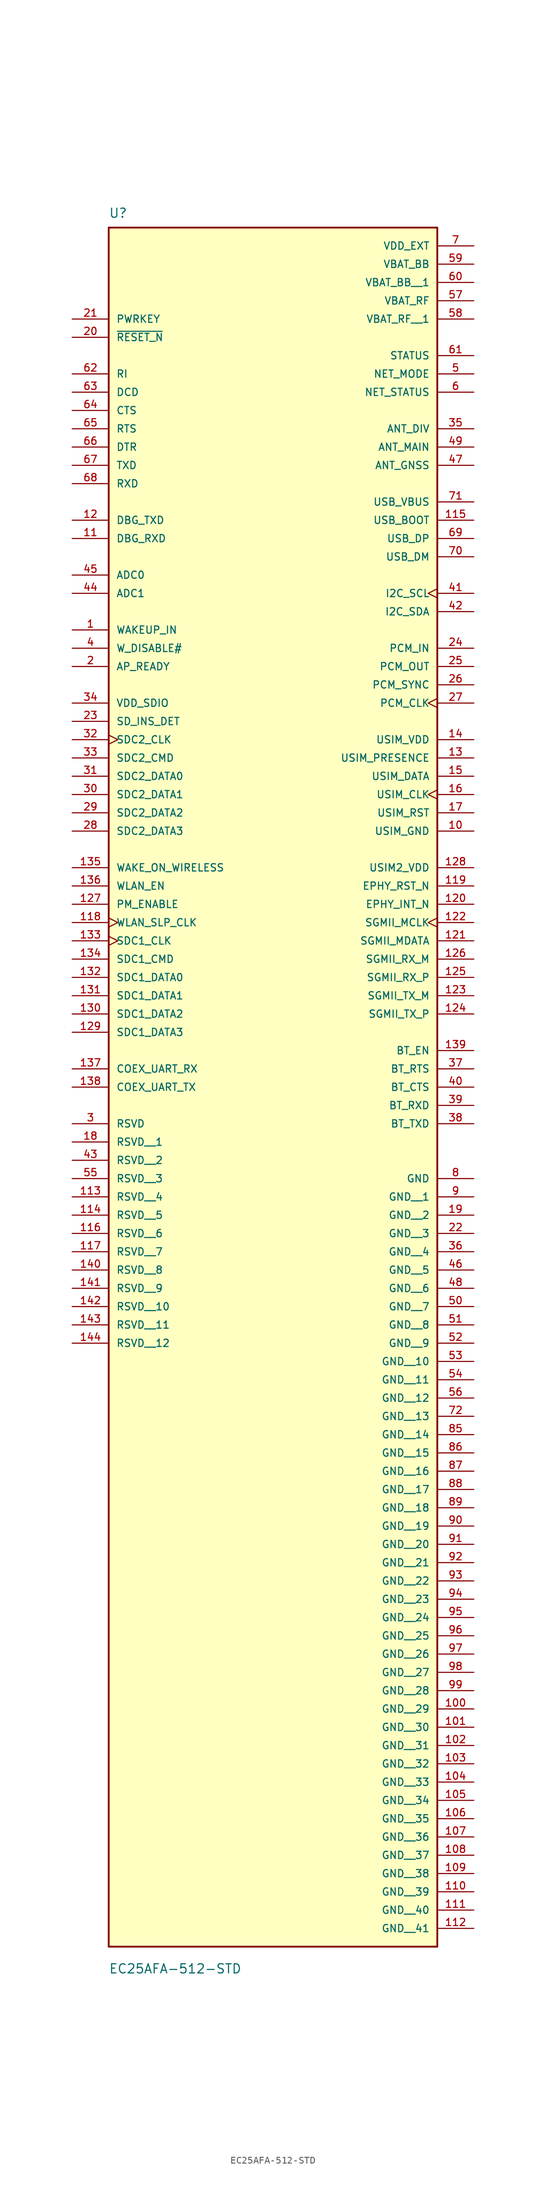
<source format=kicad_sym>
(kicad_symbol_lib
  (version 20211014)
  (generator kicad_symbol_editor)
  (symbol "EC25AFA-512-STD"
    (pin_names
      (offset 1.016))
    (property "Reference" "U"
      (at -22.86 64.77 0)
      (effects (font (size 1.27 1.27)) (justify bottom left)))
    (property "Value" "EC25AFA-512-STD"
      (at -22.86 -179.07 0)
      (effects (font (size 1.27 1.27)) (justify bottom left)))
    (symbol "EC25AFA-512-STD_0_0"
      (rectangle (start -22.86 -175.26) (end 22.86 63.5) (stroke (width 0.254)) (fill (type background)))
      (pin input line (at -27.94 50.8 0) (length 5.08) (name "PWRKEY" (effects (font (size 1.016 1.016)))) (number "21" (effects (font (size 1.016 1.016)))))
      (pin input line (at -27.94 48.26 0) (length 5.08) (name "~{RESET_N}" (effects (font (size 1.016 1.016)))) (number "20" (effects (font (size 1.016 1.016)))))
      (pin output line (at 27.94 45.72 180.0) (length 5.08) (name "STATUS" (effects (font (size 1.016 1.016)))) (number "61" (effects (font (size 1.016 1.016)))))
      (pin output line (at 27.94 43.18 180.0) (length 5.08) (name "NET_MODE" (effects (font (size 1.016 1.016)))) (number "5" (effects (font (size 1.016 1.016)))))
      (pin output line (at 27.94 40.64 180.0) (length 5.08) (name "NET_STATUS" (effects (font (size 1.016 1.016)))) (number "6" (effects (font (size 1.016 1.016)))))
      (pin input line (at 27.94 22.86 180.0) (length 5.08) (name "USB_BOOT" (effects (font (size 1.016 1.016)))) (number "115" (effects (font (size 1.016 1.016)))))
      (pin input line (at 27.94 25.4 180.0) (length 5.08) (name "USB_VBUS" (effects (font (size 1.016 1.016)))) (number "71" (effects (font (size 1.016 1.016)))))
      (pin bidirectional line (at 27.94 20.32 180.0) (length 5.08) (name "USB_DP" (effects (font (size 1.016 1.016)))) (number "69" (effects (font (size 1.016 1.016)))))
      (pin bidirectional line (at 27.94 17.78 180.0) (length 5.08) (name "USB_DM" (effects (font (size 1.016 1.016)))) (number "70" (effects (font (size 1.016 1.016)))))
      (pin power_in line (at 27.94 -7.62 180.0) (length 5.08) (name "USIM_VDD" (effects (font (size 1.016 1.016)))) (number "14" (effects (font (size 1.016 1.016)))))
      (pin input line (at 27.94 -10.16 180.0) (length 5.08) (name "USIM_PRESENCE" (effects (font (size 1.016 1.016)))) (number "13" (effects (font (size 1.016 1.016)))))
      (pin bidirectional line (at 27.94 -12.7 180.0) (length 5.08) (name "USIM_DATA" (effects (font (size 1.016 1.016)))) (number "15" (effects (font (size 1.016 1.016)))))
      (pin output clock (at 27.94 -15.24 180.0) (length 5.08) (name "USIM_CLK" (effects (font (size 1.016 1.016)))) (number "16" (effects (font (size 1.016 1.016)))))
      (pin output line (at 27.94 -17.78 180.0) (length 5.08) (name "USIM_RST" (effects (font (size 1.016 1.016)))) (number "17" (effects (font (size 1.016 1.016)))))
      (pin power_in line (at 27.94 -20.32 180.0) (length 5.08) (name "USIM_GND" (effects (font (size 1.016 1.016)))) (number "10" (effects (font (size 1.016 1.016)))))
      (pin output line (at -27.94 43.18 0) (length 5.08) (name "RI" (effects (font (size 1.016 1.016)))) (number "62" (effects (font (size 1.016 1.016)))))
      (pin output line (at -27.94 40.64 0) (length 5.08) (name "DCD" (effects (font (size 1.016 1.016)))) (number "63" (effects (font (size 1.016 1.016)))))
      (pin output line (at -27.94 38.1 0) (length 5.08) (name "CTS" (effects (font (size 1.016 1.016)))) (number "64" (effects (font (size 1.016 1.016)))))
      (pin input line (at -27.94 35.56 0) (length 5.08) (name "RTS" (effects (font (size 1.016 1.016)))) (number "65" (effects (font (size 1.016 1.016)))))
      (pin input line (at -27.94 33.02 0) (length 5.08) (name "DTR" (effects (font (size 1.016 1.016)))) (number "66" (effects (font (size 1.016 1.016)))))
      (pin output line (at -27.94 30.48 0) (length 5.08) (name "TXD" (effects (font (size 1.016 1.016)))) (number "67" (effects (font (size 1.016 1.016)))))
      (pin input line (at -27.94 27.94 0) (length 5.08) (name "RXD" (effects (font (size 1.016 1.016)))) (number "68" (effects (font (size 1.016 1.016)))))
      (pin output line (at -27.94 22.86 0) (length 5.08) (name "DBG_TXD" (effects (font (size 1.016 1.016)))) (number "12" (effects (font (size 1.016 1.016)))))
      (pin input line (at -27.94 20.32 0) (length 5.08) (name "DBG_RXD" (effects (font (size 1.016 1.016)))) (number "11" (effects (font (size 1.016 1.016)))))
      (pin input line (at -27.94 15.24 0) (length 5.08) (name "ADC0" (effects (font (size 1.016 1.016)))) (number "45" (effects (font (size 1.016 1.016)))))
      (pin input line (at -27.94 12.7 0) (length 5.08) (name "ADC1" (effects (font (size 1.016 1.016)))) (number "44" (effects (font (size 1.016 1.016)))))
      (pin input line (at 27.94 5.08 180.0) (length 5.08) (name "PCM_IN" (effects (font (size 1.016 1.016)))) (number "24" (effects (font (size 1.016 1.016)))))
      (pin output line (at 27.94 2.54 180.0) (length 5.08) (name "PCM_OUT" (effects (font (size 1.016 1.016)))) (number "25" (effects (font (size 1.016 1.016)))))
      (pin bidirectional clock (at 27.94 -2.54 180.0) (length 5.08) (name "PCM_CLK" (effects (font (size 1.016 1.016)))) (number "27" (effects (font (size 1.016 1.016)))))
      (pin bidirectional line (at 27.94 0.0 180.0) (length 5.08) (name "PCM_SYNC" (effects (font (size 1.016 1.016)))) (number "26" (effects (font (size 1.016 1.016)))))
      (pin output clock (at 27.94 12.7 180.0) (length 5.08) (name "I2C_SCL" (effects (font (size 1.016 1.016)))) (number "41" (effects (font (size 1.016 1.016)))))
      (pin output line (at 27.94 10.16 180.0) (length 5.08) (name "I2C_SDA" (effects (font (size 1.016 1.016)))) (number "42" (effects (font (size 1.016 1.016)))))
      (pin bidirectional line (at -27.94 -12.7 0) (length 5.08) (name "SDC2_DATA0" (effects (font (size 1.016 1.016)))) (number "31" (effects (font (size 1.016 1.016)))))
      (pin bidirectional line (at -27.94 -15.24 0) (length 5.08) (name "SDC2_DATA1" (effects (font (size 1.016 1.016)))) (number "30" (effects (font (size 1.016 1.016)))))
      (pin bidirectional line (at -27.94 -17.78 0) (length 5.08) (name "SDC2_DATA2" (effects (font (size 1.016 1.016)))) (number "29" (effects (font (size 1.016 1.016)))))
      (pin bidirectional line (at -27.94 -20.32 0) (length 5.08) (name "SDC2_DATA3" (effects (font (size 1.016 1.016)))) (number "28" (effects (font (size 1.016 1.016)))))
      (pin power_in line (at -27.94 -2.54 0) (length 5.08) (name "VDD_SDIO" (effects (font (size 1.016 1.016)))) (number "34" (effects (font (size 1.016 1.016)))))
      (pin output clock (at -27.94 -7.62 0) (length 5.08) (name "SDC2_CLK" (effects (font (size 1.016 1.016)))) (number "32" (effects (font (size 1.016 1.016)))))
      (pin bidirectional line (at -27.94 -10.16 0) (length 5.08) (name "SDC2_CMD" (effects (font (size 1.016 1.016)))) (number "33" (effects (font (size 1.016 1.016)))))
      (pin input line (at -27.94 -5.08 0) (length 5.08) (name "SD_INS_DET" (effects (font (size 1.016 1.016)))) (number "23" (effects (font (size 1.016 1.016)))))
      (pin power_in line (at 27.94 -25.4 180.0) (length 5.08) (name "USIM2_VDD" (effects (font (size 1.016 1.016)))) (number "128" (effects (font (size 1.016 1.016)))))
      (pin output line (at 27.94 -27.94 180.0) (length 5.08) (name "EPHY_RST_N" (effects (font (size 1.016 1.016)))) (number "119" (effects (font (size 1.016 1.016)))))
      (pin input line (at 27.94 -30.48 180.0) (length 5.08) (name "EPHY_INT_N" (effects (font (size 1.016 1.016)))) (number "120" (effects (font (size 1.016 1.016)))))
      (pin output clock (at 27.94 -33.02 180.0) (length 5.08) (name "SGMII_MCLK" (effects (font (size 1.016 1.016)))) (number "122" (effects (font (size 1.016 1.016)))))
      (pin bidirectional line (at 27.94 -35.56 180.0) (length 5.08) (name "SGMII_MDATA" (effects (font (size 1.016 1.016)))) (number "121" (effects (font (size 1.016 1.016)))))
      (pin output line (at 27.94 -43.18 180.0) (length 5.08) (name "SGMII_TX_M" (effects (font (size 1.016 1.016)))) (number "123" (effects (font (size 1.016 1.016)))))
      (pin output line (at 27.94 -45.72 180.0) (length 5.08) (name "SGMII_TX_P" (effects (font (size 1.016 1.016)))) (number "124" (effects (font (size 1.016 1.016)))))
      (pin input line (at 27.94 -38.1 180.0) (length 5.08) (name "SGMII_RX_M" (effects (font (size 1.016 1.016)))) (number "126" (effects (font (size 1.016 1.016)))))
      (pin input line (at 27.94 -40.64 180.0) (length 5.08) (name "SGMII_RX_P" (effects (font (size 1.016 1.016)))) (number "125" (effects (font (size 1.016 1.016)))))
      (pin bidirectional line (at -27.94 -40.64 0) (length 5.08) (name "SDC1_DATA0" (effects (font (size 1.016 1.016)))) (number "132" (effects (font (size 1.016 1.016)))))
      (pin bidirectional line (at -27.94 -43.18 0) (length 5.08) (name "SDC1_DATA1" (effects (font (size 1.016 1.016)))) (number "131" (effects (font (size 1.016 1.016)))))
      (pin bidirectional line (at -27.94 -45.72 0) (length 5.08) (name "SDC1_DATA2" (effects (font (size 1.016 1.016)))) (number "130" (effects (font (size 1.016 1.016)))))
      (pin bidirectional line (at -27.94 -48.26 0) (length 5.08) (name "SDC1_DATA3" (effects (font (size 1.016 1.016)))) (number "129" (effects (font (size 1.016 1.016)))))
      (pin output clock (at -27.94 -35.56 0) (length 5.08) (name "SDC1_CLK" (effects (font (size 1.016 1.016)))) (number "133" (effects (font (size 1.016 1.016)))))
      (pin output line (at -27.94 -38.1 0) (length 5.08) (name "SDC1_CMD" (effects (font (size 1.016 1.016)))) (number "134" (effects (font (size 1.016 1.016)))))
      (pin output line (at -27.94 -30.48 0) (length 5.08) (name "PM_ENABLE" (effects (font (size 1.016 1.016)))) (number "127" (effects (font (size 1.016 1.016)))))
      (pin output line (at -27.94 -27.94 0) (length 5.08) (name "WLAN_EN" (effects (font (size 1.016 1.016)))) (number "136" (effects (font (size 1.016 1.016)))))
      (pin input line (at -27.94 -25.4 0) (length 5.08) (name "WAKE_ON_WIRELESS" (effects (font (size 1.016 1.016)))) (number "135" (effects (font (size 1.016 1.016)))))
      (pin output clock (at -27.94 -33.02 0) (length 5.08) (name "WLAN_SLP_CLK" (effects (font (size 1.016 1.016)))) (number "118" (effects (font (size 1.016 1.016)))))
      (pin input line (at -27.94 -53.34 0) (length 5.08) (name "COEX_UART_RX" (effects (font (size 1.016 1.016)))) (number "137" (effects (font (size 1.016 1.016)))))
      (pin output line (at -27.94 -55.88 0) (length 5.08) (name "COEX_UART_TX" (effects (font (size 1.016 1.016)))) (number "138" (effects (font (size 1.016 1.016)))))
      (pin output line (at 27.94 -50.8 180.0) (length 5.08) (name "BT_EN" (effects (font (size 1.016 1.016)))) (number "139" (effects (font (size 1.016 1.016)))))
      (pin input line (at 27.94 -53.34 180.0) (length 5.08) (name "BT_RTS" (effects (font (size 1.016 1.016)))) (number "37" (effects (font (size 1.016 1.016)))))
      (pin output line (at 27.94 -55.88 180.0) (length 5.08) (name "BT_CTS" (effects (font (size 1.016 1.016)))) (number "40" (effects (font (size 1.016 1.016)))))
      (pin input line (at 27.94 -58.42 180.0) (length 5.08) (name "BT_RXD" (effects (font (size 1.016 1.016)))) (number "39" (effects (font (size 1.016 1.016)))))
      (pin output line (at 27.94 -60.96 180.0) (length 5.08) (name "BT_TXD" (effects (font (size 1.016 1.016)))) (number "38" (effects (font (size 1.016 1.016)))))
      (pin input line (at 27.94 35.56 180.0) (length 5.08) (name "ANT_DIV" (effects (font (size 1.016 1.016)))) (number "35" (effects (font (size 1.016 1.016)))))
      (pin bidirectional line (at 27.94 33.02 180.0) (length 5.08) (name "ANT_MAIN" (effects (font (size 1.016 1.016)))) (number "49" (effects (font (size 1.016 1.016)))))
      (pin input line (at 27.94 30.48 180.0) (length 5.08) (name "ANT_GNSS" (effects (font (size 1.016 1.016)))) (number "47" (effects (font (size 1.016 1.016)))))
      (pin input line (at -27.94 7.62 0) (length 5.08) (name "WAKEUP_IN" (effects (font (size 1.016 1.016)))) (number "1" (effects (font (size 1.016 1.016)))))
      (pin input line (at -27.94 5.08 0) (length 5.08) (name "W_DISABLE#" (effects (font (size 1.016 1.016)))) (number "4" (effects (font (size 1.016 1.016)))))
      (pin input line (at -27.94 2.54 0) (length 5.08) (name "AP_READY" (effects (font (size 1.016 1.016)))) (number "2" (effects (font (size 1.016 1.016)))))
      (pin power_in line (at 27.94 53.34 180.0) (length 5.08) (name "VBAT_RF" (effects (font (size 1.016 1.016)))) (number "57" (effects (font (size 1.016 1.016)))))
      (pin power_in line (at 27.94 58.42 180.0) (length 5.08) (name "VBAT_BB" (effects (font (size 1.016 1.016)))) (number "59" (effects (font (size 1.016 1.016)))))
      (pin power_in line (at 27.94 60.96 180.0) (length 5.08) (name "VDD_EXT" (effects (font (size 1.016 1.016)))) (number "7" (effects (font (size 1.016 1.016)))))
      (pin power_in line (at 27.94 -68.58 180.0) (length 5.08) (name "GND" (effects (font (size 1.016 1.016)))) (number "8" (effects (font (size 1.016 1.016)))))
      (pin passive line (at -27.94 -60.96 0) (length 5.08) (name "RSVD" (effects (font (size 1.016 1.016)))) (number "3" (effects (font (size 1.016 1.016)))))
      (pin passive line (at -27.94 -63.5 0) (length 5.08) (name "RSVD__1" (effects (font (size 1.016 1.016)))) (number "18" (effects (font (size 1.016 1.016)))))
      (pin passive line (at -27.94 -66.04 0) (length 5.08) (name "RSVD__2" (effects (font (size 1.016 1.016)))) (number "43" (effects (font (size 1.016 1.016)))))
      (pin passive line (at -27.94 -68.58 0) (length 5.08) (name "RSVD__3" (effects (font (size 1.016 1.016)))) (number "55" (effects (font (size 1.016 1.016)))))
      (pin passive line (at -27.94 -71.12 0) (length 5.08) (name "RSVD__4" (effects (font (size 1.016 1.016)))) (number "113" (effects (font (size 1.016 1.016)))))
      (pin passive line (at -27.94 -73.66 0) (length 5.08) (name "RSVD__5" (effects (font (size 1.016 1.016)))) (number "114" (effects (font (size 1.016 1.016)))))
      (pin passive line (at -27.94 -76.2 0) (length 5.08) (name "RSVD__6" (effects (font (size 1.016 1.016)))) (number "116" (effects (font (size 1.016 1.016)))))
      (pin passive line (at -27.94 -78.74 0) (length 5.08) (name "RSVD__7" (effects (font (size 1.016 1.016)))) (number "117" (effects (font (size 1.016 1.016)))))
      (pin passive line (at -27.94 -81.28 0) (length 5.08) (name "RSVD__8" (effects (font (size 1.016 1.016)))) (number "140" (effects (font (size 1.016 1.016)))))
      (pin passive line (at -27.94 -83.82 0) (length 5.08) (name "RSVD__9" (effects (font (size 1.016 1.016)))) (number "141" (effects (font (size 1.016 1.016)))))
      (pin passive line (at -27.94 -86.36 0) (length 5.08) (name "RSVD__10" (effects (font (size 1.016 1.016)))) (number "142" (effects (font (size 1.016 1.016)))))
      (pin passive line (at -27.94 -88.9 0) (length 5.08) (name "RSVD__11" (effects (font (size 1.016 1.016)))) (number "143" (effects (font (size 1.016 1.016)))))
      (pin passive line (at -27.94 -91.44 0) (length 5.08) (name "RSVD__12" (effects (font (size 1.016 1.016)))) (number "144" (effects (font (size 1.016 1.016)))))
      (pin power_in line (at 27.94 55.88 180.0) (length 5.08) (name "VBAT_BB__1" (effects (font (size 1.016 1.016)))) (number "60" (effects (font (size 1.016 1.016)))))
      (pin power_in line (at 27.94 50.8 180.0) (length 5.08) (name "VBAT_RF__1" (effects (font (size 1.016 1.016)))) (number "58" (effects (font (size 1.016 1.016)))))
      (pin power_in line (at 27.94 -71.12 180.0) (length 5.08) (name "GND__1" (effects (font (size 1.016 1.016)))) (number "9" (effects (font (size 1.016 1.016)))))
      (pin power_in line (at 27.94 -73.66 180.0) (length 5.08) (name "GND__2" (effects (font (size 1.016 1.016)))) (number "19" (effects (font (size 1.016 1.016)))))
      (pin power_in line (at 27.94 -76.2 180.0) (length 5.08) (name "GND__3" (effects (font (size 1.016 1.016)))) (number "22" (effects (font (size 1.016 1.016)))))
      (pin power_in line (at 27.94 -78.74 180.0) (length 5.08) (name "GND__4" (effects (font (size 1.016 1.016)))) (number "36" (effects (font (size 1.016 1.016)))))
      (pin power_in line (at 27.94 -81.28 180.0) (length 5.08) (name "GND__5" (effects (font (size 1.016 1.016)))) (number "46" (effects (font (size 1.016 1.016)))))
      (pin power_in line (at 27.94 -83.82 180.0) (length 5.08) (name "GND__6" (effects (font (size 1.016 1.016)))) (number "48" (effects (font (size 1.016 1.016)))))
      (pin power_in line (at 27.94 -86.36 180.0) (length 5.08) (name "GND__7" (effects (font (size 1.016 1.016)))) (number "50" (effects (font (size 1.016 1.016)))))
      (pin power_in line (at 27.94 -88.9 180.0) (length 5.08) (name "GND__8" (effects (font (size 1.016 1.016)))) (number "51" (effects (font (size 1.016 1.016)))))
      (pin power_in line (at 27.94 -91.44 180.0) (length 5.08) (name "GND__9" (effects (font (size 1.016 1.016)))) (number "52" (effects (font (size 1.016 1.016)))))
      (pin power_in line (at 27.94 -93.98 180.0) (length 5.08) (name "GND__10" (effects (font (size 1.016 1.016)))) (number "53" (effects (font (size 1.016 1.016)))))
      (pin power_in line (at 27.94 -96.52 180.0) (length 5.08) (name "GND__11" (effects (font (size 1.016 1.016)))) (number "54" (effects (font (size 1.016 1.016)))))
      (pin power_in line (at 27.94 -99.06 180.0) (length 5.08) (name "GND__12" (effects (font (size 1.016 1.016)))) (number "56" (effects (font (size 1.016 1.016)))))
      (pin power_in line (at 27.94 -101.6 180.0) (length 5.08) (name "GND__13" (effects (font (size 1.016 1.016)))) (number "72" (effects (font (size 1.016 1.016)))))
      (pin power_in line (at 27.94 -104.14 180.0) (length 5.08) (name "GND__14" (effects (font (size 1.016 1.016)))) (number "85" (effects (font (size 1.016 1.016)))))
      (pin power_in line (at 27.94 -106.68 180.0) (length 5.08) (name "GND__15" (effects (font (size 1.016 1.016)))) (number "86" (effects (font (size 1.016 1.016)))))
      (pin power_in line (at 27.94 -109.22 180.0) (length 5.08) (name "GND__16" (effects (font (size 1.016 1.016)))) (number "87" (effects (font (size 1.016 1.016)))))
      (pin power_in line (at 27.94 -111.76 180.0) (length 5.08) (name "GND__17" (effects (font (size 1.016 1.016)))) (number "88" (effects (font (size 1.016 1.016)))))
      (pin power_in line (at 27.94 -114.3 180.0) (length 5.08) (name "GND__18" (effects (font (size 1.016 1.016)))) (number "89" (effects (font (size 1.016 1.016)))))
      (pin power_in line (at 27.94 -116.84 180.0) (length 5.08) (name "GND__19" (effects (font (size 1.016 1.016)))) (number "90" (effects (font (size 1.016 1.016)))))
      (pin power_in line (at 27.94 -119.38 180.0) (length 5.08) (name "GND__20" (effects (font (size 1.016 1.016)))) (number "91" (effects (font (size 1.016 1.016)))))
      (pin power_in line (at 27.94 -121.92 180.0) (length 5.08) (name "GND__21" (effects (font (size 1.016 1.016)))) (number "92" (effects (font (size 1.016 1.016)))))
      (pin power_in line (at 27.94 -124.46 180.0) (length 5.08) (name "GND__22" (effects (font (size 1.016 1.016)))) (number "93" (effects (font (size 1.016 1.016)))))
      (pin power_in line (at 27.94 -127.0 180.0) (length 5.08) (name "GND__23" (effects (font (size 1.016 1.016)))) (number "94" (effects (font (size 1.016 1.016)))))
      (pin power_in line (at 27.94 -129.54 180.0) (length 5.08) (name "GND__24" (effects (font (size 1.016 1.016)))) (number "95" (effects (font (size 1.016 1.016)))))
      (pin power_in line (at 27.94 -132.08 180.0) (length 5.08) (name "GND__25" (effects (font (size 1.016 1.016)))) (number "96" (effects (font (size 1.016 1.016)))))
      (pin power_in line (at 27.94 -134.62 180.0) (length 5.08) (name "GND__26" (effects (font (size 1.016 1.016)))) (number "97" (effects (font (size 1.016 1.016)))))
      (pin power_in line (at 27.94 -137.16 180.0) (length 5.08) (name "GND__27" (effects (font (size 1.016 1.016)))) (number "98" (effects (font (size 1.016 1.016)))))
      (pin power_in line (at 27.94 -139.7 180.0) (length 5.08) (name "GND__28" (effects (font (size 1.016 1.016)))) (number "99" (effects (font (size 1.016 1.016)))))
      (pin power_in line (at 27.94 -142.24 180.0) (length 5.08) (name "GND__29" (effects (font (size 1.016 1.016)))) (number "100" (effects (font (size 1.016 1.016)))))
      (pin power_in line (at 27.94 -144.78 180.0) (length 5.08) (name "GND__30" (effects (font (size 1.016 1.016)))) (number "101" (effects (font (size 1.016 1.016)))))
      (pin power_in line (at 27.94 -147.32 180.0) (length 5.08) (name "GND__31" (effects (font (size 1.016 1.016)))) (number "102" (effects (font (size 1.016 1.016)))))
      (pin power_in line (at 27.94 -149.86 180.0) (length 5.08) (name "GND__32" (effects (font (size 1.016 1.016)))) (number "103" (effects (font (size 1.016 1.016)))))
      (pin power_in line (at 27.94 -152.4 180.0) (length 5.08) (name "GND__33" (effects (font (size 1.016 1.016)))) (number "104" (effects (font (size 1.016 1.016)))))
      (pin power_in line (at 27.94 -154.94 180.0) (length 5.08) (name "GND__34" (effects (font (size 1.016 1.016)))) (number "105" (effects (font (size 1.016 1.016)))))
      (pin power_in line (at 27.94 -157.48 180.0) (length 5.08) (name "GND__35" (effects (font (size 1.016 1.016)))) (number "106" (effects (font (size 1.016 1.016)))))
      (pin power_in line (at 27.94 -160.02 180.0) (length 5.08) (name "GND__36" (effects (font (size 1.016 1.016)))) (number "107" (effects (font (size 1.016 1.016)))))
      (pin power_in line (at 27.94 -162.56 180.0) (length 5.08) (name "GND__37" (effects (font (size 1.016 1.016)))) (number "108" (effects (font (size 1.016 1.016)))))
      (pin power_in line (at 27.94 -165.1 180.0) (length 5.08) (name "GND__38" (effects (font (size 1.016 1.016)))) (number "109" (effects (font (size 1.016 1.016)))))
      (pin power_in line (at 27.94 -167.64 180.0) (length 5.08) (name "GND__39" (effects (font (size 1.016 1.016)))) (number "110" (effects (font (size 1.016 1.016)))))
      (pin power_in line (at 27.94 -170.18 180.0) (length 5.08) (name "GND__40" (effects (font (size 1.016 1.016)))) (number "111" (effects (font (size 1.016 1.016)))))
      (pin power_in line (at 27.94 -172.72 180.0) (length 5.08) (name "GND__41" (effects (font (size 1.016 1.016)))) (number "112" (effects (font (size 1.016 1.016))))))))
</source>
